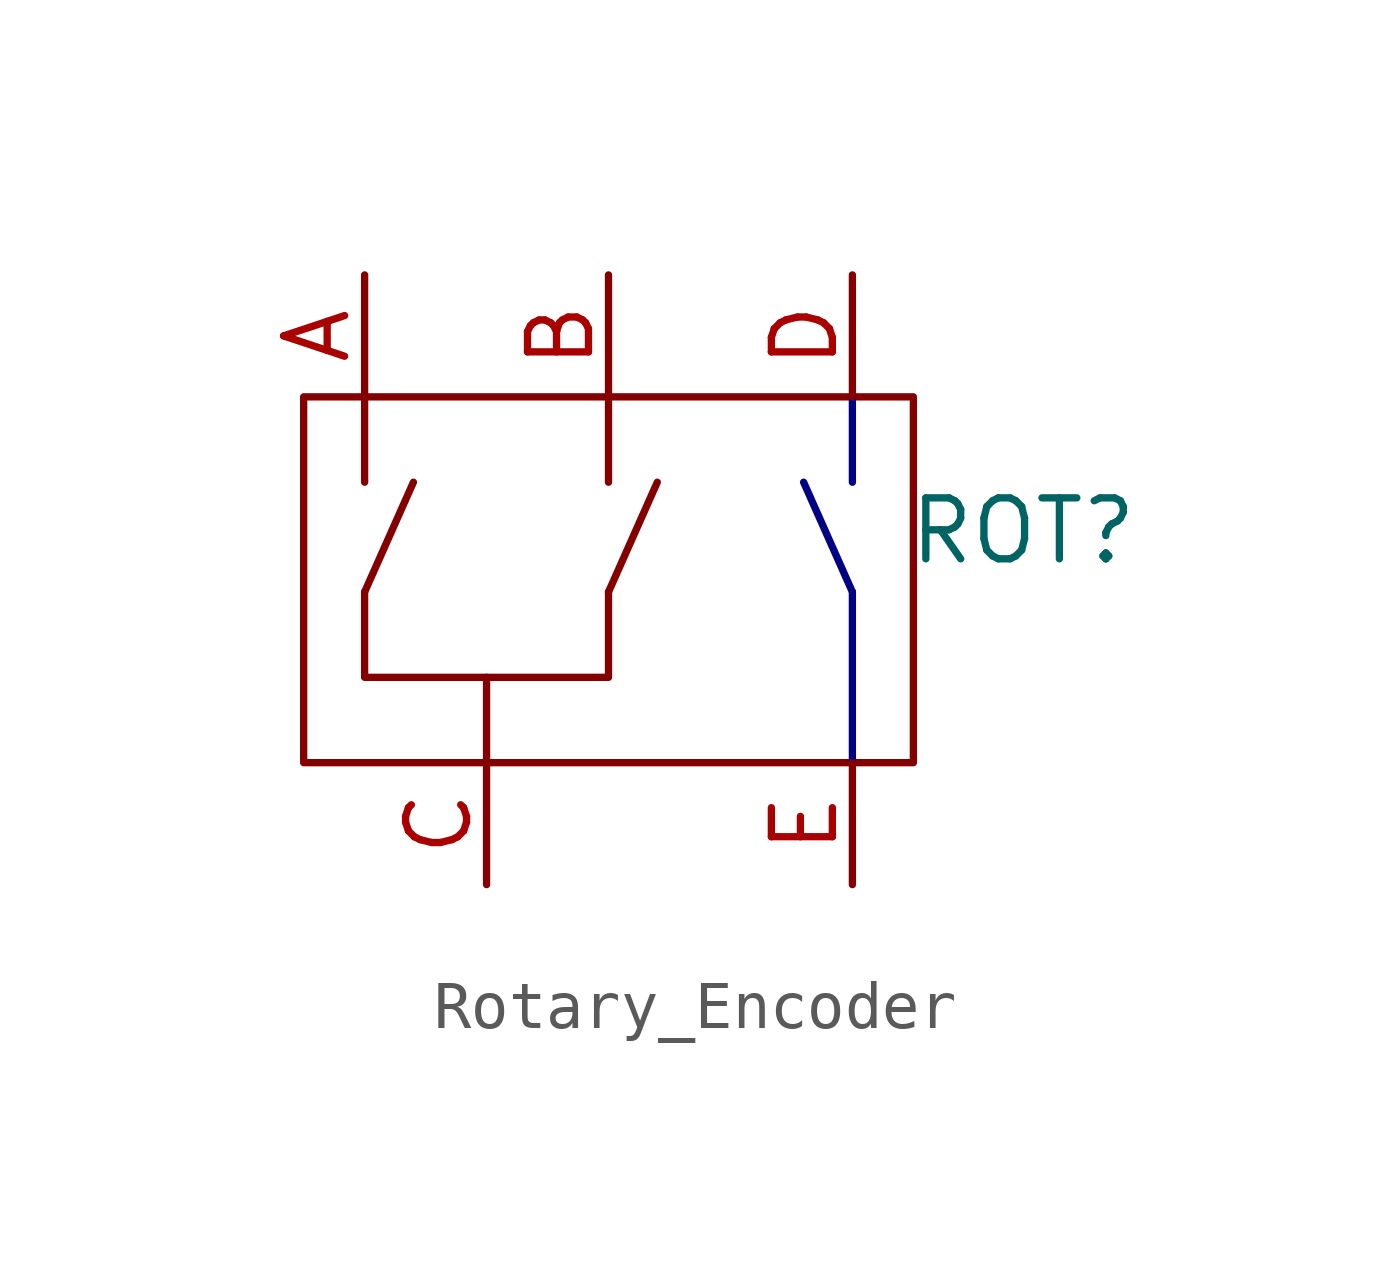
<source format=kicad_sym>
(kicad_symbol_lib
  (version 20241209)
  (generator "kicad_symbol_editor")
  (generator_version "9.0")
  (symbol "Rotary_Encoder"
    (property "Reference" "ROT"
      (at 8.636 1.016 0)
      (effects (font (size 1.27 1.27))))
    (property "Value" ""
      (at 0 0 0)
      (effects (font (size 1.27 1.27))))
    (symbol "Rotary_Encoder_0_1"
      (rectangle (start -6.35 3.81) (end 6.35 -3.81) (stroke (width 0) (type default)) (fill (type none)))
      (polyline (pts (xy -5.08 3.81) (xy -5.08 2.032)) (stroke (width 0) (type default)) (fill (type none)))
      (polyline (pts (xy -4.064 2.032) (xy -5.08 -0.254)) (stroke (width 0) (type default)) (fill (type none)))
      (polyline (pts (xy -2.54 -3.81) (xy -2.54 -2.032)) (stroke (width 0) (type default)) (fill (type none)))
      (polyline (pts (xy 0 3.81) (xy 0 2.032)) (stroke (width 0) (type default)) (fill (type none)))
      (polyline (pts (xy 0 -0.254) (xy 0 -2.032) (xy -5.08 -2.032) (xy -5.08 -0.254)) (stroke (width 0) (type default)) (fill (type none)))
      (polyline (pts (xy 1.016 2.032) (xy 0 -0.254)) (stroke (width 0) (type default)) (fill (type none)))
      (polyline (pts (xy 4.064 2.032) (xy 5.08 -0.254)) (stroke (width 0) (type default) (color 0 0 132 1)) (fill (type none)))
      (polyline (pts (xy 5.08 3.81) (xy 5.08 2.032)) (stroke (width 0) (type default) (color 0 0 132 1)) (fill (type none)))
      (polyline (pts (xy 5.08 -0.254) (xy 5.08 -3.81)) (stroke (width 0) (type default) (color 0 0 132 1)) (fill (type none))))
    (symbol "Rotary_Encoder_1_1"
      (pin bidirectional line (at -5.08 6.35 270) (length 2.54) (name "" (effects (font (size 1.27 1.27)))) (number "A" (effects (font (size 1.27 1.27)))))
      (pin power_in line (at -2.54 -6.35 90) (length 2.54) (name "" (effects (font (size 1.27 1.27)))) (number "C" (effects (font (size 1.27 1.27)))))
      (pin bidirectional line (at 0 6.35 270) (length 2.54) (name "" (effects (font (size 1.27 1.27)))) (number "B" (effects (font (size 1.27 1.27)))))
      (pin bidirectional line (at 5.08 6.35 270) (length 2.54) (name "" (effects (font (size 1.27 1.27)))) (number "D" (effects (font (size 1.27 1.27)))))
      (pin bidirectional line (at 5.08 -6.35 90) (length 2.54) (name "" (effects (font (size 1.27 1.27)))) (number "E" (effects (font (size 1.27 1.27))))))))
</source>
